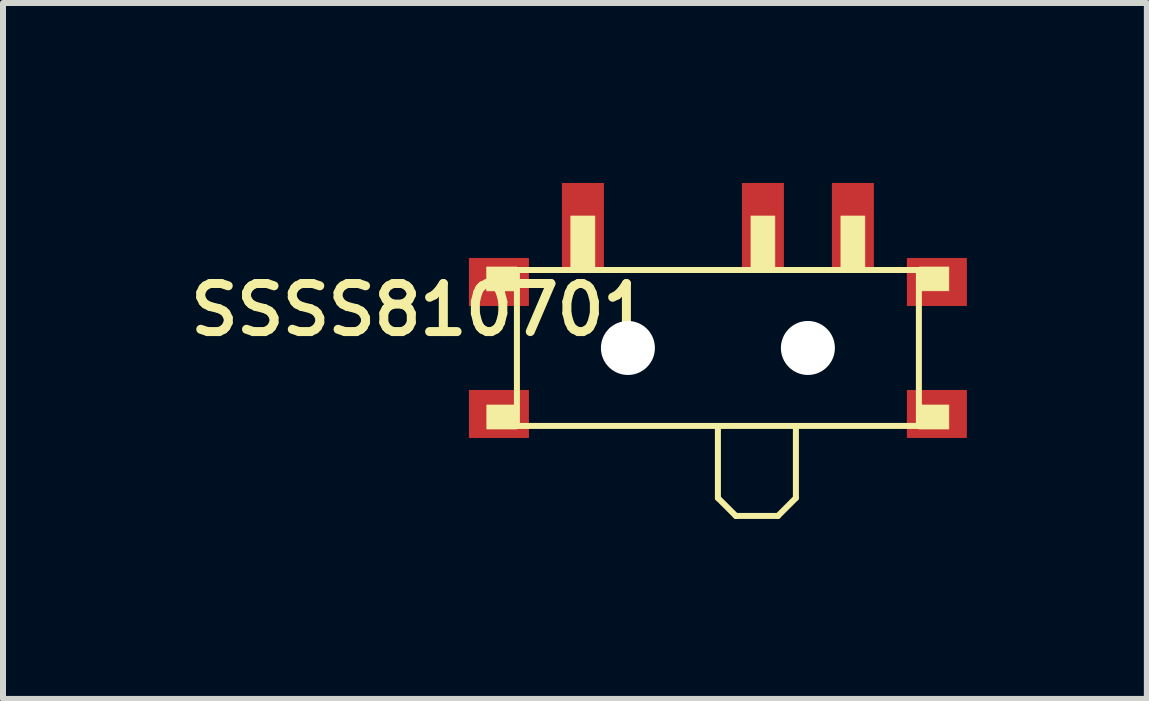
<source format=kicad_pcb>
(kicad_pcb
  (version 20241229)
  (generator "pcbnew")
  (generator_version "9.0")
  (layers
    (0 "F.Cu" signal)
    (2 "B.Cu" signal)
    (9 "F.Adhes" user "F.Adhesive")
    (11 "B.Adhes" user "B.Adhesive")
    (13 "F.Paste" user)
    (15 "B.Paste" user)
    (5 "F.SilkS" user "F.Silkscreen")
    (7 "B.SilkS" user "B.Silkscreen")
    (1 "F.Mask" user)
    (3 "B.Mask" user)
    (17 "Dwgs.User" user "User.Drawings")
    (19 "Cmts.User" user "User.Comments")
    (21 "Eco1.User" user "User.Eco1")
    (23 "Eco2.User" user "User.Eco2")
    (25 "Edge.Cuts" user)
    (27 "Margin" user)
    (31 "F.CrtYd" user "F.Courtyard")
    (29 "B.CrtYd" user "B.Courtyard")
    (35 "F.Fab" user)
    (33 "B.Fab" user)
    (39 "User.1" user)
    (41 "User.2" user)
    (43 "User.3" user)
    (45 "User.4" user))
  (footprint "SSSS810701"
    (layer "F.Cu")
    (at 8.916 2.75)
    (property "Reference" "SSSS810701" (at -4.958 -0.636 180) (layer "F.SilkS") (effects (font (size 0.801 0.801) (thickness 0.15))))
    (attr through_hole)
    (fp_line (start -3.35 -1.3) (end -3.35 1.3) (stroke (width 0.1) (type solid)) (layer "F.SilkS"))
    (fp_line (start 0 1.3) (end -3.35 1.3) (stroke (width 0.1) (type solid)) (layer "F.SilkS"))
    (fp_line (start 0 1.3) (end 0 2.5) (stroke (width 0.1) (type solid)) (layer "F.SilkS"))
    (fp_line (start 0 1.3) (end 1.3 1.3) (stroke (width 0.1) (type solid)) (layer "F.SilkS"))
    (fp_line (start 0 2.5) (end 0.3 2.8) (stroke (width 0.1) (type solid)) (layer "F.SilkS"))
    (fp_line (start 0.3 2.8) (end 1 2.8) (stroke (width 0.1) (type solid)) (layer "F.SilkS"))
    (fp_line (start 1 2.8) (end 1.3 2.5) (stroke (width 0.1) (type solid)) (layer "F.SilkS"))
    (fp_line (start 1.3 1.3) (end 3.35 1.3) (stroke (width 0.1) (type solid)) (layer "F.SilkS"))
    (fp_line (start 1.3 2.5) (end 1.3 1.3) (stroke (width 0.1) (type solid)) (layer "F.SilkS"))
    (fp_line (start 3.35 -1.3) (end -3.35 -1.3) (stroke (width 0.1) (type solid)) (layer "F.SilkS"))
    (fp_line (start 3.35 1.3) (end 3.35 -1.3) (stroke (width 0.1) (type solid)) (layer "F.SilkS"))
    (fp_poly (pts (xy -3.854 -1.35) (xy -3.35 -1.35) (xy -3.35 -0.951) (xy -3.854 -0.951)) (stroke (width 0.01) (type solid)) (fill yes) (layer "F.SilkS"))
    (fp_poly (pts (xy -3.852 0.95) (xy -3.35 0.95) (xy -3.35 1.351) (xy -3.852 1.351)) (stroke (width 0.01) (type solid)) (fill yes) (layer "F.SilkS"))
    (fp_poly (pts (xy -2.452 -2.2) (xy -2.05 -2.2) (xy -2.05 -1.301) (xy -2.452 -1.301)) (stroke (width 0.01) (type solid)) (fill yes) (layer "F.SilkS"))
    (fp_poly (pts (xy 0.551 -2.2) (xy 0.95 -2.2) (xy 0.95 -1.302) (xy 0.551 -1.302)) (stroke (width 0.01) (type solid)) (fill yes) (layer "F.SilkS"))
    (fp_poly (pts (xy 2.05 -2.2) (xy 2.45 -2.2) (xy 2.45 -1.3) (xy 2.05 -1.3)) (stroke (width 0.01) (type solid)) (fill yes) (layer "F.SilkS"))
    (fp_poly (pts (xy 3.353 0.95) (xy 3.85 0.95) (xy 3.85 1.351) (xy 3.353 1.351)) (stroke (width 0.01) (type solid)) (fill yes) (layer "F.SilkS"))
    (fp_poly (pts (xy 3.356 -1.35) (xy 3.85 -1.35) (xy 3.85 -0.952) (xy 3.356 -0.952)) (stroke (width 0.01) (type solid)) (fill yes) (layer "F.SilkS"))
    (pad "" np_thru_hole circle (at -1.5 0) (size 0.9 0.9) (drill 0.9) (layers "*.Cu" "*.Mask"))
    (pad "" np_thru_hole circle (at 1.5 0) (size 0.9 0.9) (drill 0.9) (layers "*.Cu" "*.Mask"))
    (pad "1" smd rect (at -2.25 -2) (size 0.7 1.5) (layers "F.Cu" "F.Mask" "F.Paste"))
    (pad "2" smd rect (at 0.75 -2) (size 0.7 1.5) (layers "F.Cu" "F.Mask" "F.Paste"))
    (pad "3" smd rect (at 2.25 -2) (size 0.7 1.5) (layers "F.Cu" "F.Mask" "F.Paste"))
    (pad "4.1" smd rect (at -3.65 -1.1) (size 1 0.8) (layers "F.Cu" "F.Mask" "F.Paste"))
    (pad "4.2" smd rect (at 3.65 -1.1) (size 1 0.8) (layers "F.Cu" "F.Mask" "F.Paste"))
    (pad "4.3" smd rect (at -3.65 1.1) (size 1 0.8) (layers "F.Cu" "F.Mask" "F.Paste"))
    (pad "4.4" smd rect (at 3.65 1.1) (size 1 0.8) (layers "F.Cu" "F.Mask" "F.Paste")))
  (gr_rect
    (start -3 -3)
    (end 16.066 8.6)
    (stroke (width 0.1) (type default))
    (fill no)
    (layer "Edge.Cuts")))
</source>
